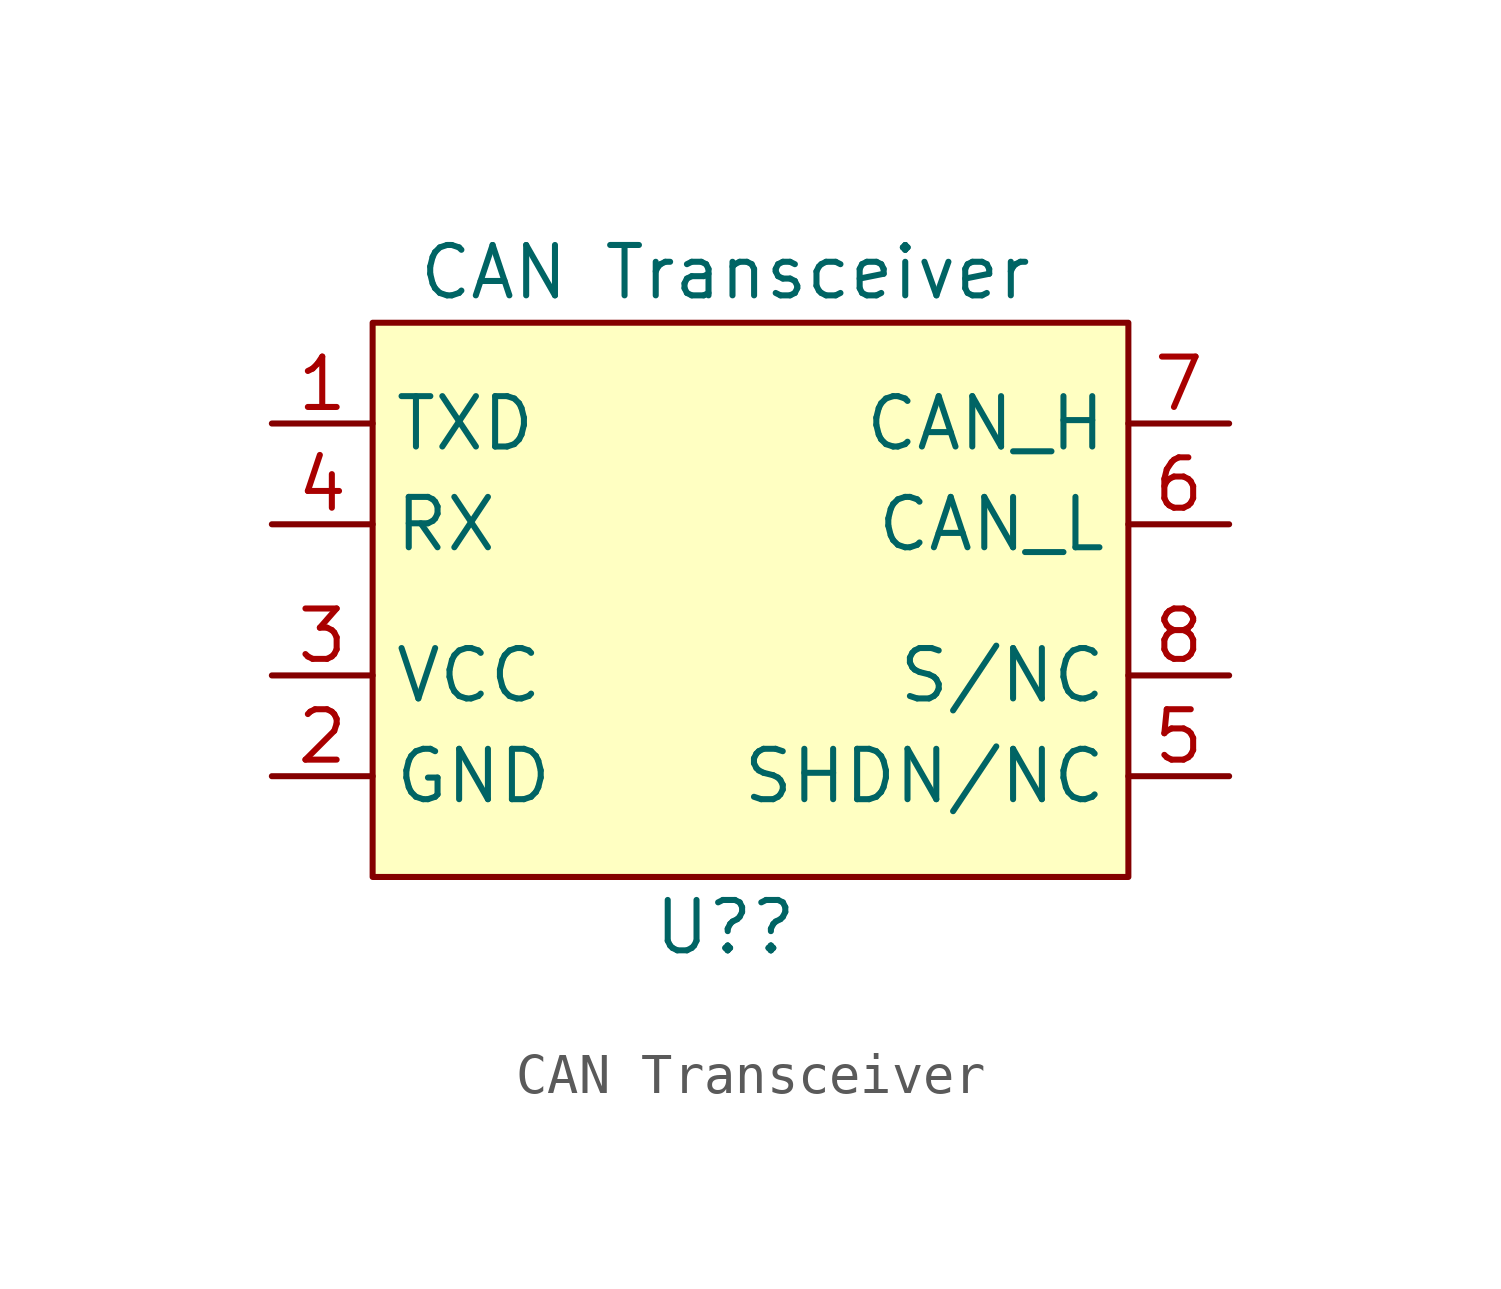
<source format=kicad_sym>
(kicad_symbol_lib
  (version 20211014)
  (generator kicad_symbol_editor)
  (symbol "CAN Transceiver"
    (property "Reference" "U?"
      (at 0 -15.24 0)
      (effects (font (size 1.27 1.27))))
    (property "Value" "CAN Transceiver"
      (at 0 1.27 0)
      (effects (font (size 1.27 1.27))))
    (symbol "CAN Transceiver_0_1"
      (rectangle (start -8.89 0) (end 10.16 -13.97) (stroke (width 0.152) (type default) (color 0 0 0 0)) (fill (type background))))
    (symbol "CAN Transceiver_1_1"
      (pin output line (at -11.43 -2.54 0) (length 2.54) (name "TXD" (effects (font (size 1.27 1.27)))) (number "1" (effects (font (size 1.27 1.27)))))
      (pin passive line (at -11.43 -11.43 0) (length 2.54) (name "GND" (effects (font (size 1.27 1.27)))) (number "2" (effects (font (size 1.27 1.27)))))
      (pin power_in line (at -11.43 -8.89 0) (length 2.54) (name "VCC" (effects (font (size 1.27 1.27)))) (number "3" (effects (font (size 1.27 1.27)))))
      (pin input line (at -11.43 -5.08 0) (length 2.54) (name "RX" (effects (font (size 1.27 1.27)))) (number "4" (effects (font (size 1.27 1.27)))))
      (pin input line (at 12.7 -11.43 180) (length 2.54) (name "SHDN/NC" (effects (font (size 1.27 1.27)))) (number "5" (effects (font (size 1.27 1.27)))))
      (pin bidirectional line (at 12.7 -5.08 180) (length 2.54) (name "CAN_L" (effects (font (size 1.27 1.27)))) (number "6" (effects (font (size 1.27 1.27)))))
      (pin bidirectional line (at 12.7 -2.54 180) (length 2.54) (name "CAN_H" (effects (font (size 1.27 1.27)))) (number "7" (effects (font (size 1.27 1.27)))))
      (pin input line (at 12.7 -8.89 180) (length 2.54) (name "S/NC" (effects (font (size 1.27 1.27)))) (number "8" (effects (font (size 1.27 1.27))))))))
</source>
